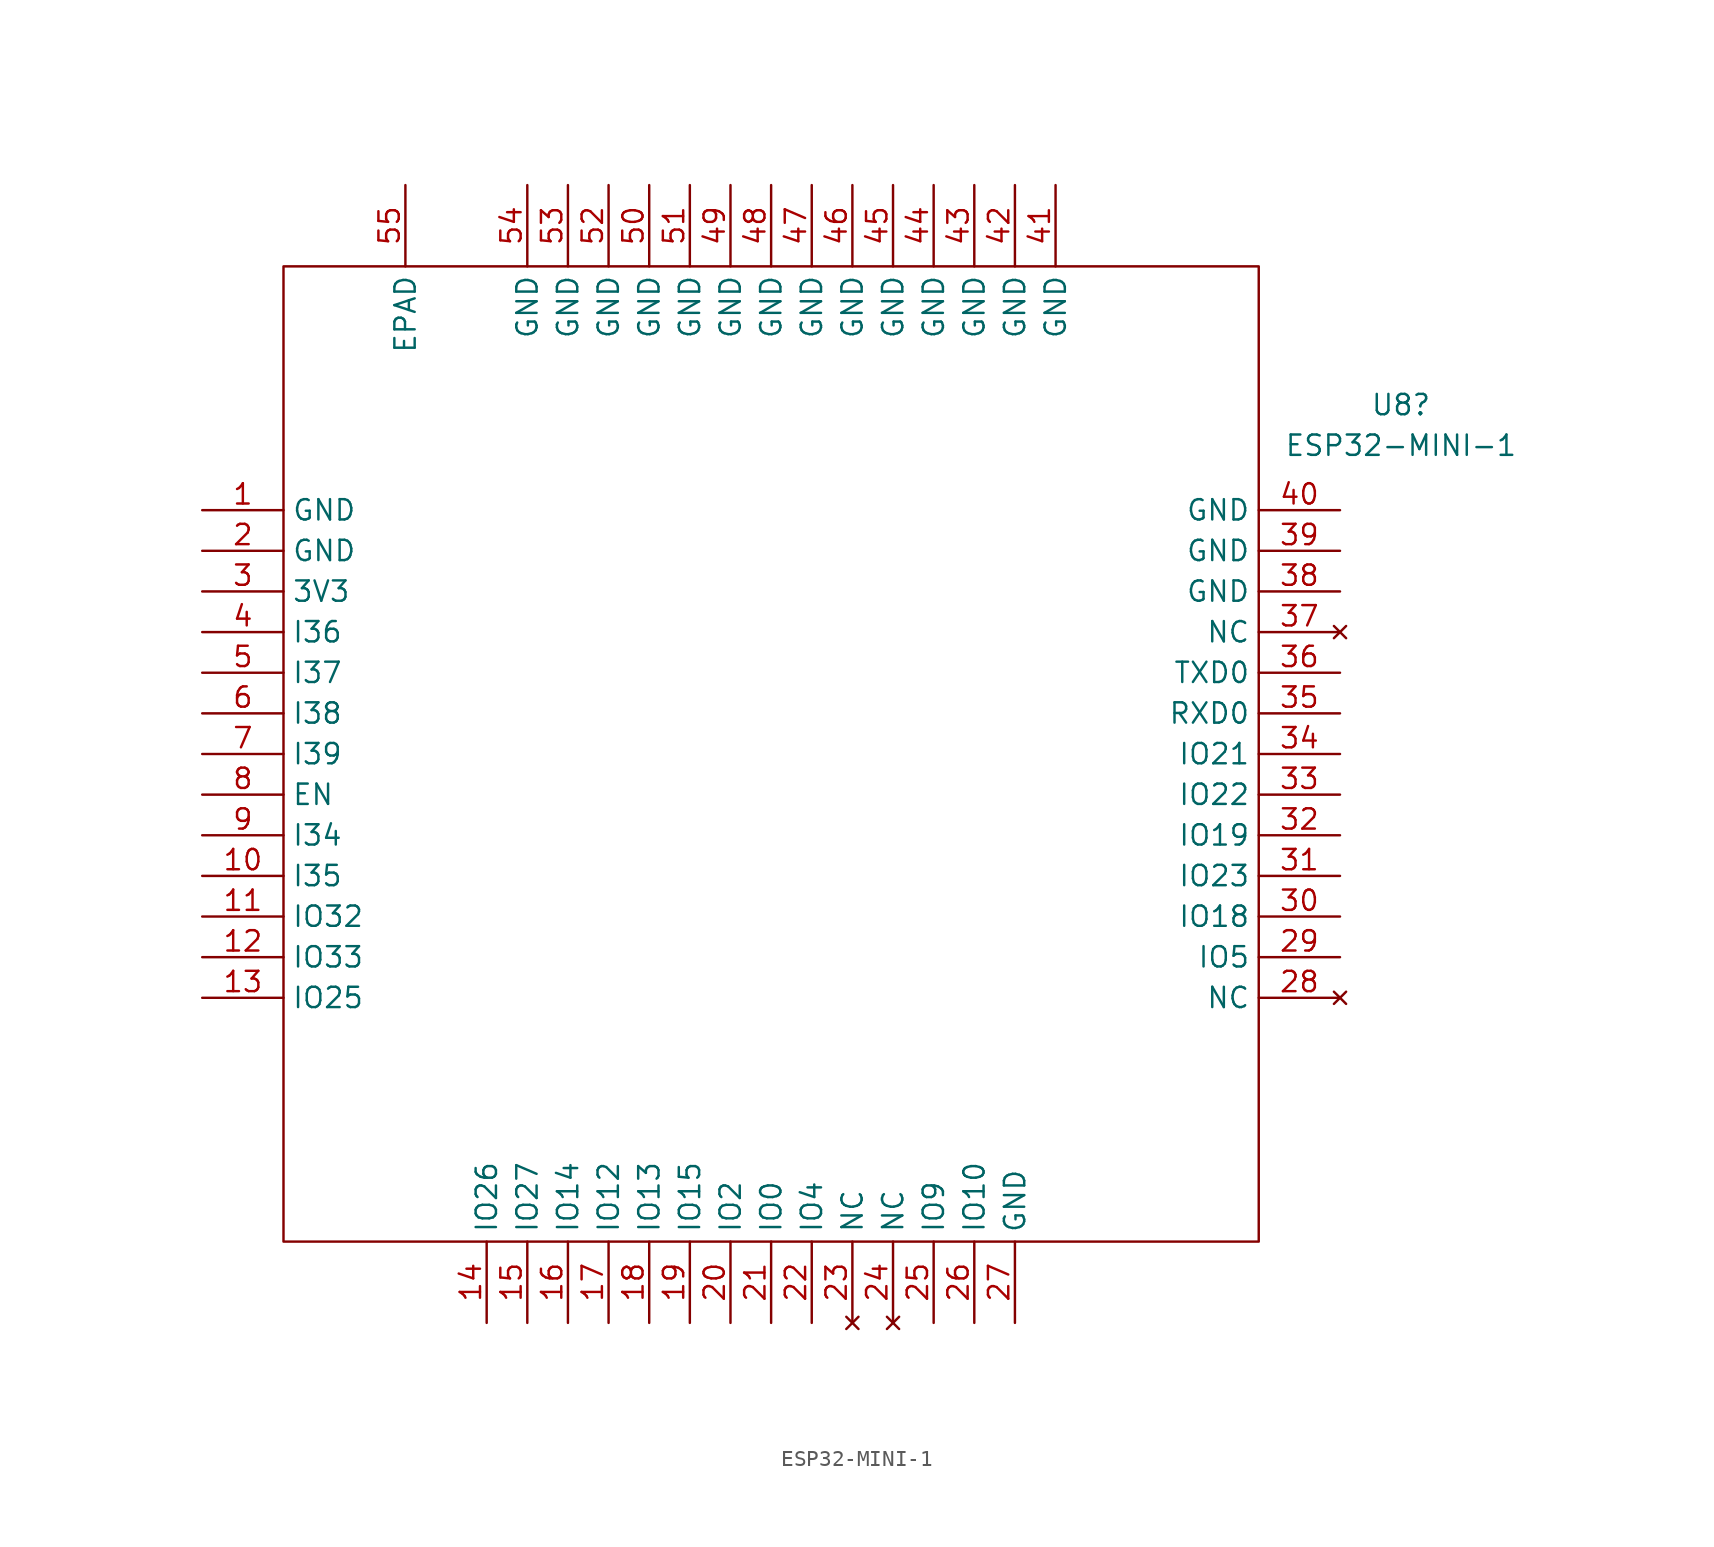
<source format=kicad_sym>
(kicad_symbol_lib
  (version 20211014)
  (generator kicad_symbol_editor)
  (symbol "ESP32-MINI-1"
    (property "Reference" "U8"
      (at 39.37 21.819 0)
      (effects (font (size 1.27 1.27))))
    (property "Value" "ESP32-MINI-1"
      (at 39.37 19.279 0)
      (effects (font (size 1.27 1.27))))
    (symbol "ESP32-MINI-1_0_1"
      (rectangle (start -30.48 30.48) (end 30.48 -30.48) (stroke (width 0) (type default) (color 0 0 0 0)) (fill (type none))))
    (symbol "ESP32-MINI-1_1_1"
      (pin input line (at -35.56 15.24 0) (length 5.08) (name "GND" (effects (font (size 1.27 1.27)))) (number "1" (effects (font (size 1.27 1.27)))))
      (pin input line (at -35.56 -7.62 0) (length 5.08) (name "I35" (effects (font (size 1.27 1.27)))) (number "10" (effects (font (size 1.27 1.27)))))
      (pin input line (at -35.56 -10.16 0) (length 5.08) (name "IO32" (effects (font (size 1.27 1.27)))) (number "11" (effects (font (size 1.27 1.27)))))
      (pin input line (at -35.56 -12.7 0) (length 5.08) (name "IO33" (effects (font (size 1.27 1.27)))) (number "12" (effects (font (size 1.27 1.27)))))
      (pin input line (at -35.56 -15.24 0) (length 5.08) (name "IO25" (effects (font (size 1.27 1.27)))) (number "13" (effects (font (size 1.27 1.27)))))
      (pin input line (at -17.78 -35.56 90) (length 5.08) (name "IO26" (effects (font (size 1.27 1.27)))) (number "14" (effects (font (size 1.27 1.27)))))
      (pin input line (at -15.24 -35.56 90) (length 5.08) (name "IO27" (effects (font (size 1.27 1.27)))) (number "15" (effects (font (size 1.27 1.27)))))
      (pin input line (at -12.7 -35.56 90) (length 5.08) (name "IO14" (effects (font (size 1.27 1.27)))) (number "16" (effects (font (size 1.27 1.27)))))
      (pin input line (at -10.16 -35.56 90) (length 5.08) (name "IO12" (effects (font (size 1.27 1.27)))) (number "17" (effects (font (size 1.27 1.27)))))
      (pin input line (at -7.62 -35.56 90) (length 5.08) (name "IO13" (effects (font (size 1.27 1.27)))) (number "18" (effects (font (size 1.27 1.27)))))
      (pin input line (at -5.08 -35.56 90) (length 5.08) (name "IO15" (effects (font (size 1.27 1.27)))) (number "19" (effects (font (size 1.27 1.27)))))
      (pin input line (at -35.56 12.7 0) (length 5.08) (name "GND" (effects (font (size 1.27 1.27)))) (number "2" (effects (font (size 1.27 1.27)))))
      (pin input line (at -2.54 -35.56 90) (length 5.08) (name "IO2" (effects (font (size 1.27 1.27)))) (number "20" (effects (font (size 1.27 1.27)))))
      (pin input line (at 0 -35.56 90) (length 5.08) (name "IO0" (effects (font (size 1.27 1.27)))) (number "21" (effects (font (size 1.27 1.27)))))
      (pin input line (at 2.54 -35.56 90) (length 5.08) (name "IO4" (effects (font (size 1.27 1.27)))) (number "22" (effects (font (size 1.27 1.27)))))
      (pin no_connect line (at 5.08 -35.56 90) (length 5.08) (name "NC" (effects (font (size 1.27 1.27)))) (number "23" (effects (font (size 1.27 1.27)))))
      (pin no_connect line (at 7.62 -35.56 90) (length 5.08) (name "NC" (effects (font (size 1.27 1.27)))) (number "24" (effects (font (size 1.27 1.27)))))
      (pin input line (at 10.16 -35.56 90) (length 5.08) (name "IO9" (effects (font (size 1.27 1.27)))) (number "25" (effects (font (size 1.27 1.27)))))
      (pin input line (at 12.7 -35.56 90) (length 5.08) (name "IO10" (effects (font (size 1.27 1.27)))) (number "26" (effects (font (size 1.27 1.27)))))
      (pin input line (at 15.24 -35.56 90) (length 5.08) (name "GND" (effects (font (size 1.27 1.27)))) (number "27" (effects (font (size 1.27 1.27)))))
      (pin no_connect line (at 35.56 -15.24 180) (length 5.08) (name "NC" (effects (font (size 1.27 1.27)))) (number "28" (effects (font (size 1.27 1.27)))))
      (pin input line (at 35.56 -12.7 180) (length 5.08) (name "IO5" (effects (font (size 1.27 1.27)))) (number "29" (effects (font (size 1.27 1.27)))))
      (pin input line (at -35.56 10.16 0) (length 5.08) (name "3V3" (effects (font (size 1.27 1.27)))) (number "3" (effects (font (size 1.27 1.27)))))
      (pin input line (at 35.56 -10.16 180) (length 5.08) (name "IO18" (effects (font (size 1.27 1.27)))) (number "30" (effects (font (size 1.27 1.27)))))
      (pin input line (at 35.56 -7.62 180) (length 5.08) (name "IO23" (effects (font (size 1.27 1.27)))) (number "31" (effects (font (size 1.27 1.27)))))
      (pin input line (at 35.56 -5.08 180) (length 5.08) (name "IO19" (effects (font (size 1.27 1.27)))) (number "32" (effects (font (size 1.27 1.27)))))
      (pin input line (at 35.56 -2.54 180) (length 5.08) (name "IO22" (effects (font (size 1.27 1.27)))) (number "33" (effects (font (size 1.27 1.27)))))
      (pin input line (at 35.56 0 180) (length 5.08) (name "IO21" (effects (font (size 1.27 1.27)))) (number "34" (effects (font (size 1.27 1.27)))))
      (pin input line (at 35.56 2.54 180) (length 5.08) (name "RXD0" (effects (font (size 1.27 1.27)))) (number "35" (effects (font (size 1.27 1.27)))))
      (pin input line (at 35.56 5.08 180) (length 5.08) (name "TXD0" (effects (font (size 1.27 1.27)))) (number "36" (effects (font (size 1.27 1.27)))))
      (pin no_connect line (at 35.56 7.62 180) (length 5.08) (name "NC" (effects (font (size 1.27 1.27)))) (number "37" (effects (font (size 1.27 1.27)))))
      (pin input line (at 35.56 10.16 180) (length 5.08) (name "GND" (effects (font (size 1.27 1.27)))) (number "38" (effects (font (size 1.27 1.27)))))
      (pin input line (at 35.56 12.7 180) (length 5.08) (name "GND" (effects (font (size 1.27 1.27)))) (number "39" (effects (font (size 1.27 1.27)))))
      (pin input line (at -35.56 7.62 0) (length 5.08) (name "I36" (effects (font (size 1.27 1.27)))) (number "4" (effects (font (size 1.27 1.27)))))
      (pin input line (at 35.56 15.24 180) (length 5.08) (name "GND" (effects (font (size 1.27 1.27)))) (number "40" (effects (font (size 1.27 1.27)))))
      (pin input line (at 17.78 35.56 270) (length 5.08) (name "GND" (effects (font (size 1.27 1.27)))) (number "41" (effects (font (size 1.27 1.27)))))
      (pin input line (at 15.24 35.56 270) (length 5.08) (name "GND" (effects (font (size 1.27 1.27)))) (number "42" (effects (font (size 1.27 1.27)))))
      (pin input line (at 12.7 35.56 270) (length 5.08) (name "GND" (effects (font (size 1.27 1.27)))) (number "43" (effects (font (size 1.27 1.27)))))
      (pin input line (at 10.16 35.56 270) (length 5.08) (name "GND" (effects (font (size 1.27 1.27)))) (number "44" (effects (font (size 1.27 1.27)))))
      (pin input line (at 7.62 35.56 270) (length 5.08) (name "GND" (effects (font (size 1.27 1.27)))) (number "45" (effects (font (size 1.27 1.27)))))
      (pin input line (at 5.08 35.56 270) (length 5.08) (name "GND" (effects (font (size 1.27 1.27)))) (number "46" (effects (font (size 1.27 1.27)))))
      (pin input line (at 2.54 35.56 270) (length 5.08) (name "GND" (effects (font (size 1.27 1.27)))) (number "47" (effects (font (size 1.27 1.27)))))
      (pin input line (at 0 35.56 270) (length 5.08) (name "GND" (effects (font (size 1.27 1.27)))) (number "48" (effects (font (size 1.27 1.27)))))
      (pin input line (at -2.54 35.56 270) (length 5.08) (name "GND" (effects (font (size 1.27 1.27)))) (number "49" (effects (font (size 1.27 1.27)))))
      (pin input line (at -35.56 5.08 0) (length 5.08) (name "I37" (effects (font (size 1.27 1.27)))) (number "5" (effects (font (size 1.27 1.27)))))
      (pin input line (at -7.62 35.56 270) (length 5.08) (name "GND" (effects (font (size 1.27 1.27)))) (number "50" (effects (font (size 1.27 1.27)))))
      (pin input line (at -5.08 35.56 270) (length 5.08) (name "GND" (effects (font (size 1.27 1.27)))) (number "51" (effects (font (size 1.27 1.27)))))
      (pin input line (at -10.16 35.56 270) (length 5.08) (name "GND" (effects (font (size 1.27 1.27)))) (number "52" (effects (font (size 1.27 1.27)))))
      (pin input line (at -12.7 35.56 270) (length 5.08) (name "GND" (effects (font (size 1.27 1.27)))) (number "53" (effects (font (size 1.27 1.27)))))
      (pin input line (at -15.24 35.56 270) (length 5.08) (name "GND" (effects (font (size 1.27 1.27)))) (number "54" (effects (font (size 1.27 1.27)))))
      (pin input line (at -22.86 35.56 270) (length 5.08) (name "EPAD" (effects (font (size 1.27 1.27)))) (number "55" (effects (font (size 1.27 1.27)))))
      (pin input line (at -35.56 2.54 0) (length 5.08) (name "I38" (effects (font (size 1.27 1.27)))) (number "6" (effects (font (size 1.27 1.27)))))
      (pin input line (at -35.56 0 0) (length 5.08) (name "I39" (effects (font (size 1.27 1.27)))) (number "7" (effects (font (size 1.27 1.27)))))
      (pin input line (at -35.56 -2.54 0) (length 5.08) (name "EN" (effects (font (size 1.27 1.27)))) (number "8" (effects (font (size 1.27 1.27)))))
      (pin input line (at -35.56 -5.08 0) (length 5.08) (name "I34" (effects (font (size 1.27 1.27)))) (number "9" (effects (font (size 1.27 1.27))))))))
</source>
